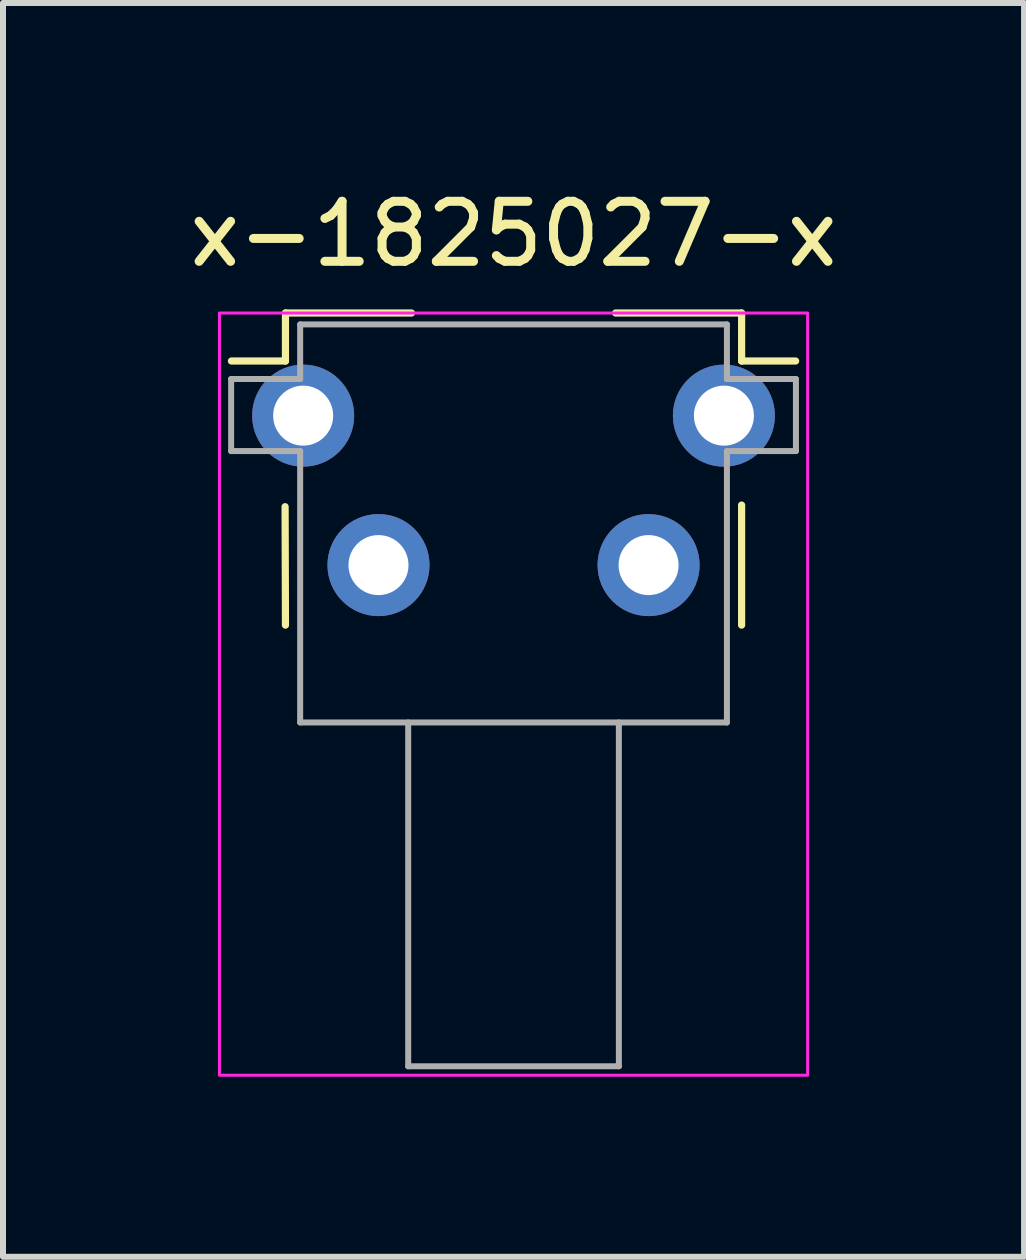
<source format=kicad_pcb>
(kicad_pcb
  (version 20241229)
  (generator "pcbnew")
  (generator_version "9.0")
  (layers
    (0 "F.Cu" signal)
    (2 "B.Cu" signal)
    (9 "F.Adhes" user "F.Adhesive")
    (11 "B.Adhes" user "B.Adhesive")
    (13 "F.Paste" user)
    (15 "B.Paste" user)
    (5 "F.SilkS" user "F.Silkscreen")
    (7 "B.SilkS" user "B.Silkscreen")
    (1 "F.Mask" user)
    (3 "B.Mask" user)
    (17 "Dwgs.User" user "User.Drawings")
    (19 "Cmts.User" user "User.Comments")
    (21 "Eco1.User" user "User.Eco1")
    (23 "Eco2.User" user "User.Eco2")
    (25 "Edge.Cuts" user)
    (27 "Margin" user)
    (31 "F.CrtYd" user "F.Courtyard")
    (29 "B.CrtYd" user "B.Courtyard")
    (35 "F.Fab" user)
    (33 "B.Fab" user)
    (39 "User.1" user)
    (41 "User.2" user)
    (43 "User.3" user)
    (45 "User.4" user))
  (footprint "x-1825027-x"
    (layer "F.Cu")
    (at 5.506 6.365)
    (property "Reference" "x-1825027-x" (at 0 -5.516 0) (unlocked yes) (layer "F.SilkS") (effects (font (size 1 1) (thickness 0.15))))
    (attr through_hole)
    (fp_line (start -4.7 -3.4) (end -3.8 -3.4) (stroke (width 0.12) (type solid)) (layer "F.SilkS"))
    (fp_line (start -3.8 -4.2) (end -1.7 -4.2) (stroke (width 0.12) (type solid)) (layer "F.SilkS"))
    (fp_line (start -3.8 -3.4) (end -3.8 -4.2) (stroke (width 0.12) (type solid)) (layer "F.SilkS"))
    (fp_line (start -3.8 1) (end -3.806 -0.973) (stroke (width 0.12) (type solid)) (layer "F.SilkS"))
    (fp_line (start 1.7 -4.2) (end 3.8 -4.2) (stroke (width 0.12) (type solid)) (layer "F.SilkS"))
    (fp_line (start 3.8 -4.2) (end 3.8 -3.4) (stroke (width 0.12) (type solid)) (layer "F.SilkS"))
    (fp_line (start 3.8 -3.4) (end 4.7 -3.4) (stroke (width 0.12) (type solid)) (layer "F.SilkS"))
    (fp_line (start 3.8 1) (end 3.8 -1) (stroke (width 0.12) (type solid)) (layer "F.SilkS"))
    (fp_rect (start -4.9 -4.2) (end 4.9 8.5) (stroke (width 0.05) (type solid)) (fill no) (layer "F.CrtYd"))
    (fp_line (start -4.705 -3.1) (end -3.555 -3.1) (stroke (width 0.1) (type solid)) (layer "F.Fab"))
    (fp_line (start -4.705 -1.9) (end -4.705 -3.1) (stroke (width 0.1) (type solid)) (layer "F.Fab"))
    (fp_line (start -4.705 -1.9) (end -3.555 -1.9) (stroke (width 0.1) (type solid)) (layer "F.Fab"))
    (fp_line (start -3.555 -4.01) (end 3.555 -4.01) (stroke (width 0.1) (type solid)) (layer "F.Fab"))
    (fp_line (start -3.555 -3.1) (end -3.555 -4.01) (stroke (width 0.1) (type solid)) (layer "F.Fab"))
    (fp_line (start -3.555 2.622) (end -3.555 -1.9) (stroke (width 0.1) (type solid)) (layer "F.Fab"))
    (fp_line (start -3.555 2.622) (end 3.555 2.622) (stroke (width 0.1) (type solid)) (layer "F.Fab"))
    (fp_line (start -1.755 2.622) (end -1.755 8.35) (stroke (width 0.1) (type solid)) (layer "F.Fab"))
    (fp_line (start -1.755 8.35) (end 1.755 8.35) (stroke (width 0.1) (type solid)) (layer "F.Fab"))
    (fp_line (start 1.755 2.622) (end 1.755 8.35) (stroke (width 0.1) (type solid)) (layer "F.Fab"))
    (fp_line (start 3.555 -3.1) (end 3.555 -4.01) (stroke (width 0.1) (type solid)) (layer "F.Fab"))
    (fp_line (start 3.555 -3.1) (end 4.705 -3.1) (stroke (width 0.1) (type solid)) (layer "F.Fab"))
    (fp_line (start 3.555 -1.9) (end 4.705 -1.9) (stroke (width 0.1) (type solid)) (layer "F.Fab"))
    (fp_line (start 3.555 2.622) (end 3.555 -1.9) (stroke (width 0.1) (type solid)) (layer "F.Fab"))
    (fp_line (start 4.705 -1.9) (end 4.705 -3.1) (stroke (width 0.1) (type solid)) (layer "F.Fab"))
    (pad "1" thru_hole circle (at -2.25 0 180) (size 1.7 1.7) (drill 1) (layers "*.Cu" "*.Mask"))
    (pad "2" thru_hole circle (at 2.25 0 270) (size 1.7 1.7) (drill 1) (layers "*.Cu" "*.Mask"))
    (pad "MP" thru_hole circle (at -3.505 -2.49 180) (size 1.7 1.7) (drill 1) (layers "*.Cu" "*.Mask"))
    (pad "MP" thru_hole circle (at 3.505 -2.49 180) (size 1.7 1.7) (drill 1) (layers "*.Cu" "*.Mask")))
  (gr_rect
    (start -3 -3)
    (end 14.012 17.89)
    (stroke (width 0.1) (type default))
    (fill no)
    (layer "Edge.Cuts")))
</source>
